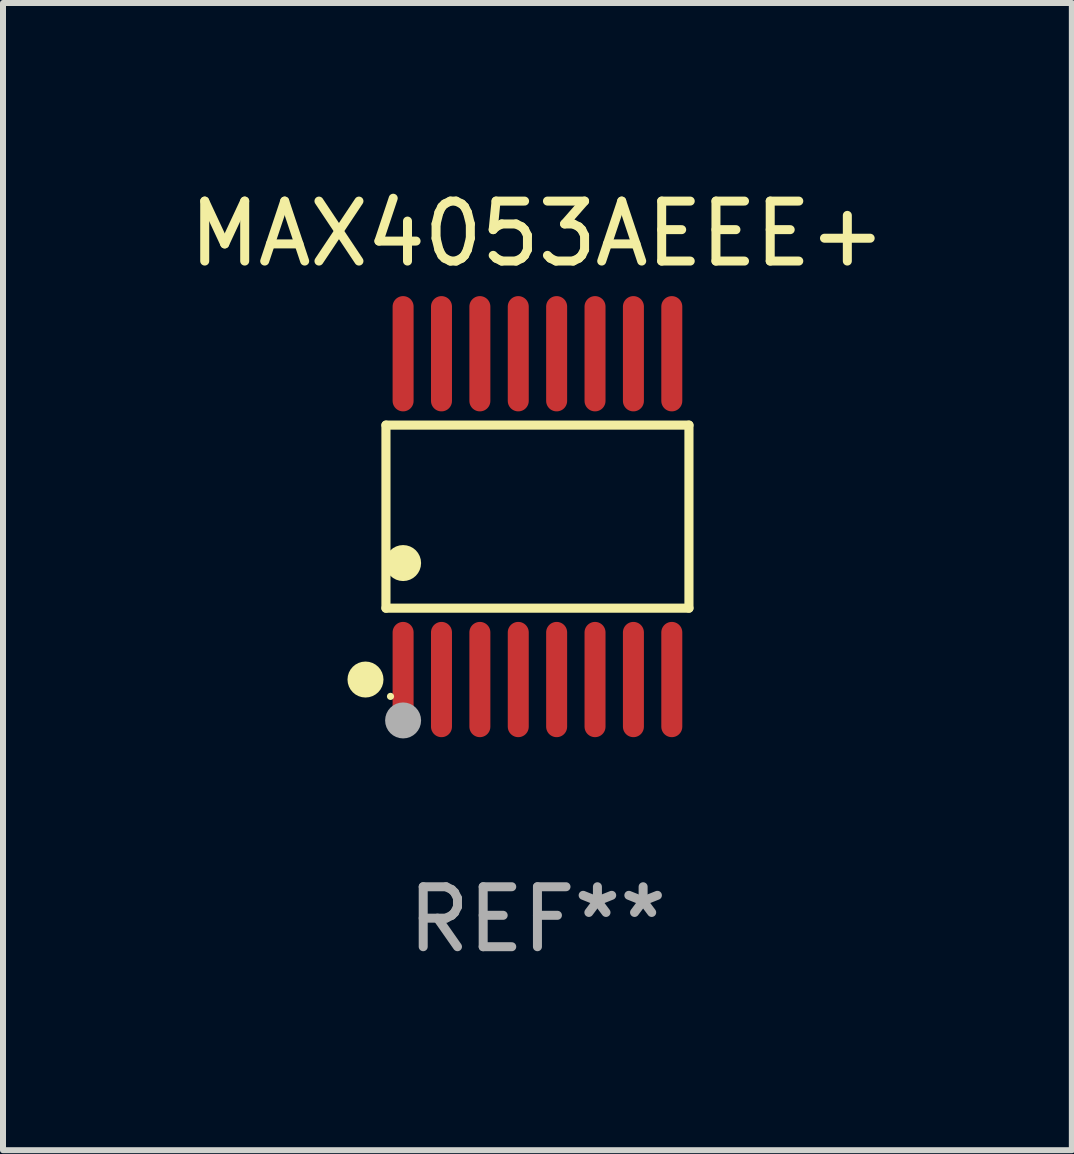
<source format=kicad_pcb>
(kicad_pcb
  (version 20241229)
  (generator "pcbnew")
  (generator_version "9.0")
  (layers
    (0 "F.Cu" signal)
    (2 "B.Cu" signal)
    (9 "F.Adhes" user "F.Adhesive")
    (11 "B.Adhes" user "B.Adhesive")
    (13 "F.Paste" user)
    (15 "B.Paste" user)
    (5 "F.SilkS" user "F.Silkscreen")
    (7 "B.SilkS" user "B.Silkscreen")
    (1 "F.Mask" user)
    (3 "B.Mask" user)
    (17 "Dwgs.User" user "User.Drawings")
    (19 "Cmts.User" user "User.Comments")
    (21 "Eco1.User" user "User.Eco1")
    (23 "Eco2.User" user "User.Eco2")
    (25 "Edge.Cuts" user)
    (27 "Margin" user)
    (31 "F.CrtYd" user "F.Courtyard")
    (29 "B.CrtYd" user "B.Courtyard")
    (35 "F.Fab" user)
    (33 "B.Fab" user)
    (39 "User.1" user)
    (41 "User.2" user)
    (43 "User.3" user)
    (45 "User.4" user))
  (footprint "MAX4053AEEE+"
    (layer "F.Cu")
    (at 5.911 5.564)
    (property "Reference" "MAX4053AEEE+" (at 0 -4.716 0) (layer "F.SilkS") (effects (font (size 1 1) (thickness 0.15))))
    (attr through_hole)
    (fp_line (start -2.526 -1.526) (end 2.526 -1.526) (stroke (width 0.152) (type solid)) (layer "F.SilkS"))
    (fp_line (start -2.526 1.526) (end -2.526 -1.526) (stroke (width 0.152) (type solid)) (layer "F.SilkS"))
    (fp_line (start 2.526 -1.526) (end 2.526 1.526) (stroke (width 0.152) (type solid)) (layer "F.SilkS"))
    (fp_line (start 2.526 1.526) (end -2.526 1.526) (stroke (width 0.152) (type solid)) (layer "F.SilkS"))
    (fp_circle (center -2.867 2.716) (end -2.717 2.716) (stroke (width 0.3) (type solid)) (fill no) (layer "F.SilkS"))
    (fp_circle (center -2.45 2.997) (end -2.42 2.997) (stroke (width 0.06) (type solid)) (fill no) (layer "F.SilkS"))
    (fp_circle (center -2.24 0.774) (end -2.09 0.774) (stroke (width 0.3) (type solid)) (fill no) (layer "F.SilkS"))
    (fp_circle (center -2.24 3.398) (end -2.09 3.398) (stroke (width 0.3) (type solid)) (fill no) (layer "F.Fab"))
    (fp_text user "REF**" (at 0 6.716 0) (layer "F.Fab") (effects (font (size 1 1) (thickness 0.15))))
    (pad "1" smd oval (at -2.24 2.716) (size 0.35 1.922) (layers "F.Cu" "F.Mask" "F.Paste"))
    (pad "2" smd oval (at -1.6 2.716) (size 0.35 1.922) (layers "F.Cu" "F.Mask" "F.Paste"))
    (pad "3" smd oval (at -0.96 2.716) (size 0.35 1.922) (layers "F.Cu" "F.Mask" "F.Paste"))
    (pad "4" smd oval (at -0.32 2.716) (size 0.35 1.922) (layers "F.Cu" "F.Mask" "F.Paste"))
    (pad "5" smd oval (at 0.32 2.716) (size 0.35 1.922) (layers "F.Cu" "F.Mask" "F.Paste"))
    (pad "6" smd oval (at 0.96 2.716) (size 0.35 1.922) (layers "F.Cu" "F.Mask" "F.Paste"))
    (pad "7" smd oval (at 1.6 2.716) (size 0.35 1.922) (layers "F.Cu" "F.Mask" "F.Paste"))
    (pad "8" smd oval (at 2.24 2.716) (size 0.35 1.922) (layers "F.Cu" "F.Mask" "F.Paste"))
    (pad "9" smd oval (at 2.24 -2.716) (size 0.35 1.922) (layers "F.Cu" "F.Mask" "F.Paste"))
    (pad "10" smd oval (at 1.6 -2.716) (size 0.35 1.922) (layers "F.Cu" "F.Mask" "F.Paste"))
    (pad "11" smd oval (at 0.96 -2.716) (size 0.35 1.922) (layers "F.Cu" "F.Mask" "F.Paste"))
    (pad "12" smd oval (at 0.32 -2.716) (size 0.35 1.922) (layers "F.Cu" "F.Mask" "F.Paste"))
    (pad "13" smd oval (at -0.32 -2.716) (size 0.35 1.922) (layers "F.Cu" "F.Mask" "F.Paste"))
    (pad "14" smd oval (at -0.96 -2.716) (size 0.35 1.922) (layers "F.Cu" "F.Mask" "F.Paste"))
    (pad "15" smd oval (at -1.6 -2.716) (size 0.35 1.922) (layers "F.Cu" "F.Mask" "F.Paste"))
    (pad "16" smd oval (at -2.24 -2.716) (size 0.35 1.922) (layers "F.Cu" "F.Mask" "F.Paste")))
  (gr_rect
    (start -3 -3)
    (end 14.821 16.128)
    (stroke (width 0.1) (type default))
    (fill no)
    (layer "Edge.Cuts")))
</source>
